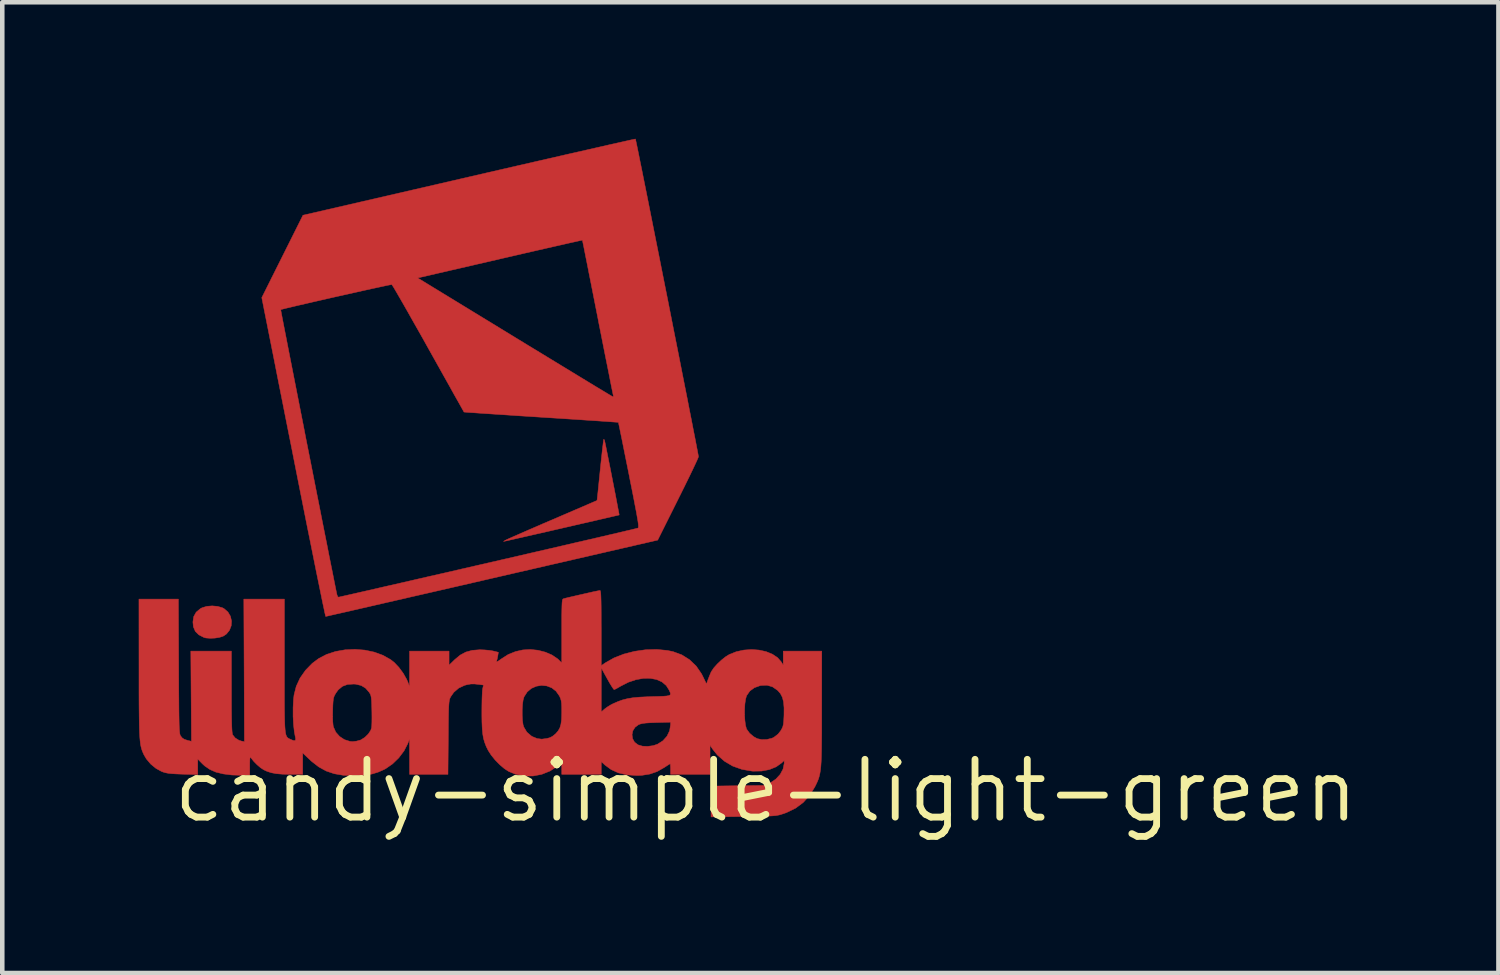
<source format=kicad_pcb>
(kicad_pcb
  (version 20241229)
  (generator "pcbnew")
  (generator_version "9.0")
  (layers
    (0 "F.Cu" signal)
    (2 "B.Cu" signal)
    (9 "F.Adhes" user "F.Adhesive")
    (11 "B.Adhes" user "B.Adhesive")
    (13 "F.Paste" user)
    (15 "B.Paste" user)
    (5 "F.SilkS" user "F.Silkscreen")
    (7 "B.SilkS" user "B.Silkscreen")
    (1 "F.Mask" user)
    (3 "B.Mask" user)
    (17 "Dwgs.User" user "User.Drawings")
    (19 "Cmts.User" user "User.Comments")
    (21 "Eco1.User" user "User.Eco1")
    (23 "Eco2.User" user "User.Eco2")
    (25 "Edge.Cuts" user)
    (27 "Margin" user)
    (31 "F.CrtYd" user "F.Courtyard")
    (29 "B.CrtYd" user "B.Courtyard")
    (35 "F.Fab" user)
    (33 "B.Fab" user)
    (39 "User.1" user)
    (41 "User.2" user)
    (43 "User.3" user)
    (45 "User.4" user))
  (footprint "candy-simple-light-green"
    (layer "F.Cu")
    (at 13.784 14.33)
    (property "Reference" "candy-simple-light-green" (at 0 0 0) (layer "F.SilkS") (effects (font (size 1.27 1.27) (thickness 0.15))))
    (attr through_hole)
    (fp_poly (pts (xy -12.05 -4.052) (xy -11.944 -4.021) (xy -11.91 -4.003) (xy -11.824 -3.928) (xy -11.769 -3.835) (xy -11.745 -3.731) (xy -11.752 -3.626) (xy -11.79 -3.528) (xy -11.857 -3.445) (xy -11.931 -3.396) (xy -12.01 -3.371) (xy -12.111 -3.355) (xy -12.216 -3.351) (xy -12.309 -3.358) (xy -12.351 -3.369) (xy -12.464 -3.427) (xy -12.541 -3.503) (xy -12.583 -3.602) (xy -12.594 -3.709) (xy -12.576 -3.828) (xy -12.522 -3.925) (xy -12.431 -4.001) (xy -12.392 -4.022) (xy -12.29 -4.053) (xy -12.171 -4.063) (xy -12.05 -4.052)) (stroke (width 0.01) (type solid)) (fill yes) (layer "F.Cu"))
    (fp_poly (pts (xy -3.552 -7.715) (xy -3.547 -7.702) (xy -3.541 -7.676) (xy -3.528 -7.615) (xy -3.509 -7.523) (xy -3.486 -7.407) (xy -3.459 -7.272) (xy -3.429 -7.123) (xy -3.398 -6.966) (xy -3.367 -6.807) (xy -3.336 -6.649) (xy -3.307 -6.5) (xy -3.281 -6.364) (xy -3.259 -6.247) (xy -3.241 -6.154) (xy -3.229 -6.091) (xy -3.225 -6.063) (xy -3.225 -6.062) (xy -3.245 -6.056) (xy -3.303 -6.043) (xy -3.393 -6.022) (xy -3.511 -5.995) (xy -3.653 -5.962) (xy -3.815 -5.924) (xy -3.992 -5.884) (xy -4.18 -5.841) (xy -4.374 -5.796) (xy -4.57 -5.751) (xy -4.764 -5.706) (xy -4.952 -5.663) (xy -5.129 -5.623) (xy -5.29 -5.586) (xy -5.432 -5.554) (xy -5.55 -5.527) (xy -5.64 -5.507) (xy -5.696 -5.494) (xy -5.715 -5.49) (xy -5.768 -5.48) (xy -5.715 -5.511) (xy -5.686 -5.525) (xy -5.621 -5.554) (xy -5.526 -5.596) (xy -5.403 -5.65) (xy -5.257 -5.714) (xy -5.093 -5.785) (xy -4.913 -5.863) (xy -4.721 -5.945) (xy -4.688 -5.959) (xy -4.498 -6.041) (xy -4.319 -6.118) (xy -4.157 -6.188) (xy -4.014 -6.249) (xy -3.895 -6.301) (xy -3.802 -6.341) (xy -3.741 -6.367) (xy -3.713 -6.379) (xy -3.712 -6.38) (xy -3.709 -6.4) (xy -3.703 -6.458) (xy -3.693 -6.548) (xy -3.681 -6.665) (xy -3.667 -6.804) (xy -3.651 -6.96) (xy -3.642 -7.048) (xy -3.625 -7.212) (xy -3.609 -7.361) (xy -3.595 -7.491) (xy -3.582 -7.597) (xy -3.573 -7.674) (xy -3.567 -7.717) (xy -3.565 -7.724) (xy -3.552 -7.715)) (stroke (width 0.01) (type solid)) (fill yes) (layer "F.Cu"))
    (fp_poly (pts (xy -2.862 -14.304) (xy -2.849 -14.243) (xy -2.829 -14.147) (xy -2.802 -14.016) (xy -2.77 -13.855) (xy -2.731 -13.665) (xy -2.688 -13.449) (xy -2.64 -13.211) (xy -2.588 -12.951) (xy -2.533 -12.674) (xy -2.475 -12.382) (xy -2.414 -12.076) (xy -2.351 -11.761) (xy -2.287 -11.438) (xy -2.222 -11.111) (xy -2.156 -10.781) (xy -2.091 -10.451) (xy -2.027 -10.125) (xy -1.963 -9.804) (xy -1.901 -9.492) (xy -1.842 -9.191) (xy -1.785 -8.903) (xy -1.731 -8.631) (xy -1.682 -8.378) (xy -1.636 -8.146) (xy -1.596 -7.939) (xy -1.56 -7.758) (xy -1.531 -7.606) (xy -1.508 -7.487) (xy -1.492 -7.401) (xy -1.483 -7.353) (xy -1.482 -7.343) (xy -1.491 -7.317) (xy -1.517 -7.256) (xy -1.559 -7.166) (xy -1.614 -7.049) (xy -1.681 -6.91) (xy -1.758 -6.753) (xy -1.843 -6.581) (xy -1.93 -6.406) (xy -2.378 -5.509) (xy -6.02 -4.67) (xy -6.405 -4.581) (xy -6.778 -4.495) (xy -7.139 -4.412) (xy -7.483 -4.333) (xy -7.811 -4.258) (xy -8.119 -4.187) (xy -8.406 -4.121) (xy -8.668 -4.061) (xy -8.906 -4.006) (xy -9.115 -3.958) (xy -9.294 -3.917) (xy -9.442 -3.884) (xy -9.555 -3.858) (xy -9.632 -3.84) (xy -9.671 -3.832) (xy -9.676 -3.831) (xy -9.681 -3.851) (xy -9.695 -3.911) (xy -9.715 -4.007) (xy -9.743 -4.137) (xy -9.776 -4.299) (xy -9.815 -4.491) (xy -9.86 -4.709) (xy -9.909 -4.951) (xy -9.962 -5.216) (xy -10.019 -5.5) (xy -10.08 -5.801) (xy -10.143 -6.117) (xy -10.208 -6.445) (xy -10.222 -6.514) (xy -10.291 -6.862) (xy -10.36 -7.211) (xy -10.428 -7.556) (xy -10.496 -7.895) (xy -10.561 -8.222) (xy -10.623 -8.536) (xy -10.682 -8.832) (xy -10.737 -9.108) (xy -10.786 -9.358) (xy -10.83 -9.58) (xy -10.868 -9.771) (xy -10.899 -9.926) (xy -10.917 -10.017) (xy -11.028 -10.574) (xy -10.664 -10.574) (xy -10.66 -10.553) (xy -10.649 -10.493) (xy -10.631 -10.397) (xy -10.606 -10.269) (xy -10.575 -10.109) (xy -10.538 -9.922) (xy -10.497 -9.71) (xy -10.451 -9.476) (xy -10.401 -9.222) (xy -10.348 -8.952) (xy -10.292 -8.668) (xy -10.234 -8.372) (xy -10.174 -8.069) (xy -10.114 -7.759) (xy -10.052 -7.447) (xy -9.99 -7.135) (xy -9.929 -6.825) (xy -9.869 -6.521) (xy -9.81 -6.225) (xy -9.754 -5.94) (xy -9.7 -5.668) (xy -9.649 -5.414) (xy -9.603 -5.178) (xy -9.56 -4.964) (xy -9.522 -4.775) (xy -9.49 -4.614) (xy -9.464 -4.483) (xy -9.444 -4.385) (xy -9.431 -4.323) (xy -9.426 -4.302) (xy -9.41 -4.265) (xy -9.395 -4.255) (xy -9.372 -4.259) (xy -9.311 -4.273) (xy -9.213 -4.295) (xy -9.08 -4.325) (xy -8.914 -4.363) (xy -8.719 -4.407) (xy -8.495 -4.459) (xy -8.246 -4.516) (xy -7.973 -4.578) (xy -7.679 -4.646) (xy -7.366 -4.718) (xy -7.035 -4.793) (xy -6.691 -4.873) (xy -6.333 -4.955) (xy -6.111 -5.006) (xy -5.747 -5.09) (xy -5.394 -5.171) (xy -5.054 -5.25) (xy -4.729 -5.325) (xy -4.422 -5.396) (xy -4.135 -5.463) (xy -3.87 -5.524) (xy -3.63 -5.58) (xy -3.416 -5.63) (xy -3.23 -5.673) (xy -3.076 -5.71) (xy -2.955 -5.738) (xy -2.87 -5.759) (xy -2.822 -5.771) (xy -2.812 -5.773) (xy -2.806 -5.78) (xy -2.802 -5.796) (xy -2.801 -5.823) (xy -2.805 -5.865) (xy -2.813 -5.925) (xy -2.827 -6.006) (xy -2.845 -6.112) (xy -2.871 -6.245) (xy -2.902 -6.409) (xy -2.941 -6.607) (xy -2.988 -6.841) (xy -3.007 -6.94) (xy -3.05 -7.154) (xy -3.091 -7.356) (xy -3.128 -7.541) (xy -3.161 -7.706) (xy -3.19 -7.847) (xy -3.213 -7.96) (xy -3.23 -8.041) (xy -3.24 -8.087) (xy -3.243 -8.097) (xy -3.264 -8.099) (xy -3.325 -8.103) (xy -3.422 -8.11) (xy -3.551 -8.119) (xy -3.71 -8.13) (xy -3.895 -8.142) (xy -4.103 -8.156) (xy -4.332 -8.171) (xy -4.577 -8.187) (xy -4.836 -8.203) (xy -4.941 -8.21) (xy -5.204 -8.227) (xy -5.455 -8.243) (xy -5.69 -8.259) (xy -5.906 -8.273) (xy -6.101 -8.286) (xy -6.27 -8.297) (xy -6.411 -8.307) (xy -6.52 -8.314) (xy -6.595 -8.32) (xy -6.632 -8.323) (xy -6.636 -8.324) (xy -6.646 -8.343) (xy -6.676 -8.396) (xy -6.723 -8.48) (xy -6.786 -8.592) (xy -6.864 -8.73) (xy -6.953 -8.891) (xy -7.054 -9.071) (xy -7.165 -9.269) (xy -7.283 -9.48) (xy -7.408 -9.703) (xy -7.419 -9.723) (xy -7.544 -9.947) (xy -7.664 -10.159) (xy -7.777 -10.358) (xy -7.88 -10.541) (xy -7.973 -10.704) (xy -8.054 -10.844) (xy -8.121 -10.96) (xy -8.172 -11.047) (xy -8.207 -11.103) (xy -8.222 -11.126) (xy -8.223 -11.126) (xy -8.246 -11.122) (xy -8.306 -11.111) (xy -8.399 -11.091) (xy -8.519 -11.065) (xy -8.663 -11.034) (xy -8.826 -10.998) (xy -9.004 -10.958) (xy -9.191 -10.916) (xy -9.385 -10.873) (xy -9.58 -10.829) (xy -9.772 -10.785) (xy -9.956 -10.743) (xy -10.128 -10.703) (xy -10.284 -10.667) (xy -10.419 -10.635) (xy -10.529 -10.609) (xy -10.609 -10.589) (xy -10.654 -10.577) (xy -10.664 -10.574) (xy -11.028 -10.574) (xy -11.08 -10.838) (xy -10.864 -11.271) (xy -7.654 -11.271) (xy -5.515 -9.965) (xy -5.24 -9.797) (xy -4.975 -9.636) (xy -4.722 -9.482) (xy -4.484 -9.337) (xy -4.262 -9.202) (xy -4.06 -9.079) (xy -3.879 -8.969) (xy -3.721 -8.873) (xy -3.589 -8.794) (xy -3.485 -8.731) (xy -3.411 -8.687) (xy -3.369 -8.663) (xy -3.361 -8.658) (xy -3.352 -8.673) (xy -3.354 -8.684) (xy -3.359 -8.708) (xy -3.372 -8.771) (xy -3.392 -8.869) (xy -3.418 -8.999) (xy -3.449 -9.158) (xy -3.486 -9.343) (xy -3.528 -9.551) (xy -3.573 -9.778) (xy -3.621 -10.021) (xy -3.672 -10.278) (xy -3.696 -10.403) (xy -3.748 -10.665) (xy -3.797 -10.914) (xy -3.843 -11.148) (xy -3.886 -11.363) (xy -3.924 -11.557) (xy -3.958 -11.726) (xy -3.986 -11.868) (xy -4.008 -11.979) (xy -4.024 -12.056) (xy -4.032 -12.096) (xy -4.033 -12.102) (xy -4.053 -12.098) (xy -4.112 -12.085) (xy -4.206 -12.064) (xy -4.333 -12.036) (xy -4.489 -12) (xy -4.671 -11.959) (xy -4.877 -11.912) (xy -5.104 -11.86) (xy -5.348 -11.804) (xy -5.606 -11.744) (xy -5.845 -11.689) (xy -7.654 -11.271) (xy -10.864 -11.271) (xy -10.628 -11.743) (xy -10.175 -12.649) (xy -6.525 -13.491) (xy -6.14 -13.58) (xy -5.767 -13.666) (xy -5.406 -13.749) (xy -5.061 -13.828) (xy -4.733 -13.903) (xy -4.425 -13.974) (xy -4.138 -14.039) (xy -3.875 -14.099) (xy -3.638 -14.153) (xy -3.429 -14.201) (xy -3.249 -14.241) (xy -3.102 -14.274) (xy -2.988 -14.3) (xy -2.911 -14.316) (xy -2.871 -14.324) (xy -2.867 -14.325) (xy -2.862 -14.304)) (stroke (width 0.01) (type solid)) (fill yes) (layer "F.Cu"))
    (fp_poly (pts (xy -3.64 -4.396) (xy -3.634 -4.372) (xy -3.629 -4.328) (xy -3.626 -4.261) (xy -3.623 -4.167) (xy -3.621 -4.042) (xy -3.62 -3.884) (xy -3.62 -3.689) (xy -3.619 -3.576) (xy -3.619 -2.75) (xy -3.53 -2.811) (xy -3.34 -2.919) (xy -3.123 -3.004) (xy -2.888 -3.064) (xy -2.644 -3.099) (xy -2.401 -3.106) (xy -2.169 -3.084) (xy -2.039 -3.057) (xy -1.847 -2.986) (xy -1.677 -2.879) (xy -1.532 -2.74) (xy -1.415 -2.57) (xy -1.383 -2.507) (xy -1.306 -2.347) (xy -1.27 -2.449) (xy -1.24 -2.526) (xy -1.208 -2.601) (xy -1.196 -2.624) (xy -1.145 -2.7) (xy -1.068 -2.786) (xy -0.978 -2.871) (xy -0.885 -2.945) (xy -0.806 -2.994) (xy -0.651 -3.056) (xy -0.485 -3.092) (xy -0.317 -3.104) (xy -0.151 -3.092) (xy 0.004 -3.058) (xy 0.142 -3.002) (xy 0.256 -2.926) (xy 0.339 -2.831) (xy 0.34 -2.829) (xy 0.381 -2.762) (xy 0.381 -2.916) (xy 0.381 -3.069) (xy 1.228 -3.069) (xy 1.227 -1.815) (xy 1.227 -1.534) (xy 1.227 -1.293) (xy 1.225 -1.086) (xy 1.223 -0.91) (xy 1.22 -0.763) (xy 1.215 -0.64) (xy 1.208 -0.537) (xy 1.199 -0.452) (xy 1.187 -0.38) (xy 1.173 -0.318) (xy 1.156 -0.262) (xy 1.135 -0.208) (xy 1.11 -0.154) (xy 1.081 -0.095) (xy 1.081 -0.094) (xy 0.965 0.097) (xy 0.823 0.256) (xy 0.653 0.383) (xy 0.453 0.48) (xy 0.392 0.502) (xy 0.345 0.517) (xy 0.302 0.53) (xy 0.259 0.539) (xy 0.21 0.547) (xy 0.149 0.552) (xy 0.071 0.557) (xy -0.028 0.56) (xy -0.155 0.562) (xy -0.314 0.565) (xy -0.492 0.567) (xy -1.206 0.575) (xy -1.206 -0.102) (xy -0.609 -0.11) (xy -0.011 -0.117) (xy 0.097 -0.173) (xy 0.22 -0.257) (xy 0.315 -0.36) (xy 0.377 -0.477) (xy 0.402 -0.601) (xy 0.402 -0.613) (xy 0.402 -0.664) (xy 0.344 -0.61) (xy 0.224 -0.525) (xy 0.076 -0.465) (xy -0.095 -0.433) (xy -0.281 -0.43) (xy -0.306 -0.432) (xy -0.527 -0.47) (xy -0.73 -0.542) (xy -0.911 -0.649) (xy -1.067 -0.786) (xy -1.173 -0.918) (xy -1.228 -1.001) (xy -1.228 -0.36) (xy -2.095 -0.36) (xy -2.095 -0.476) (xy -2.097 -0.54) (xy -2.1 -0.582) (xy -2.104 -0.593) (xy -2.124 -0.582) (xy -2.17 -0.553) (xy -2.231 -0.513) (xy -2.236 -0.51) (xy -2.391 -0.422) (xy -2.55 -0.367) (xy -2.725 -0.339) (xy -2.838 -0.335) (xy -3.053 -0.349) (xy -3.24 -0.392) (xy -3.403 -0.466) (xy -3.536 -0.564) (xy -3.619 -0.64) (xy -3.619 -0.36) (xy -4.487 -0.36) (xy -4.487 -0.617) (xy -4.577 -0.544) (xy -4.744 -0.434) (xy -4.926 -0.361) (xy -5.118 -0.324) (xy -5.313 -0.325) (xy -5.503 -0.363) (xy -5.652 -0.424) (xy -5.747 -0.485) (xy -5.85 -0.573) (xy -5.951 -0.676) (xy -6.039 -0.785) (xy -6.104 -0.886) (xy -6.148 -0.975) (xy -6.181 -1.061) (xy -6.207 -1.15) (xy -6.224 -1.249) (xy -6.235 -1.367) (xy -6.241 -1.51) (xy -6.243 -1.658) (xy -5.356 -1.658) (xy -5.35 -1.545) (xy -5.337 -1.451) (xy -5.322 -1.402) (xy -5.254 -1.288) (xy -5.156 -1.204) (xy -5.133 -1.19) (xy -5.028 -1.147) (xy -4.926 -1.134) (xy -4.813 -1.149) (xy -4.75 -1.166) (xy -4.694 -1.194) (xy -4.646 -1.231) (xy -2.942 -1.231) (xy -2.93 -1.145) (xy -2.887 -1.068) (xy -2.813 -1.01) (xy -2.811 -1.009) (xy -2.714 -0.98) (xy -2.598 -0.975) (xy -2.478 -0.991) (xy -2.38 -1.024) (xy -2.263 -1.099) (xy -2.173 -1.2) (xy -2.116 -1.319) (xy -2.096 -1.447) (xy -2.095 -1.507) (xy -2.408 -1.499) (xy -2.541 -1.494) (xy -2.639 -1.488) (xy -2.711 -1.479) (xy -2.763 -1.466) (xy -2.8 -1.452) (xy -2.877 -1.394) (xy -2.925 -1.317) (xy -2.942 -1.231) (xy -4.646 -1.231) (xy -4.634 -1.24) (xy -4.619 -1.255) (xy -4.566 -1.316) (xy -4.529 -1.381) (xy -4.506 -1.458) (xy -4.492 -1.556) (xy -4.488 -1.669) (xy -0.469 -1.669) (xy -0.462 -1.549) (xy -0.449 -1.445) (xy -0.429 -1.368) (xy -0.424 -1.355) (xy -0.359 -1.265) (xy -0.268 -1.188) (xy -0.19 -1.145) (xy -0.092 -1.124) (xy 0.021 -1.127) (xy 0.129 -1.153) (xy 0.171 -1.171) (xy 0.268 -1.245) (xy 0.327 -1.321) (xy 0.354 -1.369) (xy 0.373 -1.413) (xy 0.385 -1.465) (xy 0.392 -1.536) (xy 0.397 -1.635) (xy 0.398 -1.66) (xy 0.399 -1.823) (xy 0.388 -1.952) (xy 0.362 -2.054) (xy 0.32 -2.135) (xy 0.26 -2.204) (xy 0.255 -2.208) (xy 0.146 -2.284) (xy 0.027 -2.319) (xy -0.105 -2.314) (xy -0.124 -2.311) (xy -0.251 -2.266) (xy -0.352 -2.193) (xy -0.422 -2.093) (xy -0.425 -2.087) (xy -0.446 -2.015) (xy -0.461 -1.913) (xy -0.468 -1.794) (xy -0.469 -1.669) (xy -4.488 -1.669) (xy -4.488 -1.684) (xy -4.487 -1.731) (xy -4.487 -1.731) (xy -3.619 -1.731) (xy -3.548 -1.794) (xy -3.486 -1.84) (xy -3.408 -1.888) (xy -3.361 -1.912) (xy -3.252 -1.96) (xy -3.149 -1.997) (xy -3.042 -2.024) (xy -2.923 -2.044) (xy -2.783 -2.057) (xy -2.614 -2.065) (xy -2.514 -2.069) (xy -2.366 -2.073) (xy -2.256 -2.077) (xy -2.179 -2.083) (xy -2.13 -2.092) (xy -2.104 -2.107) (xy -2.097 -2.129) (xy -2.104 -2.159) (xy -2.121 -2.2) (xy -2.124 -2.207) (xy -2.19 -2.312) (xy -2.284 -2.392) (xy -2.403 -2.445) (xy -2.541 -2.471) (xy -2.694 -2.47) (xy -2.856 -2.441) (xy -3.023 -2.385) (xy -3.19 -2.3) (xy -3.199 -2.295) (xy -3.262 -2.258) (xy -3.312 -2.232) (xy -3.337 -2.223) (xy -3.353 -2.24) (xy -3.385 -2.288) (xy -3.429 -2.359) (xy -3.479 -2.447) (xy -3.487 -2.461) (xy -3.618 -2.699) (xy -3.619 -1.731) (xy -4.487 -1.731) (xy -4.488 -1.842) (xy -4.492 -1.922) (xy -4.5 -1.98) (xy -4.514 -2.029) (xy -4.536 -2.078) (xy -4.54 -2.086) (xy -4.613 -2.189) (xy -4.707 -2.262) (xy -4.816 -2.304) (xy -4.931 -2.316) (xy -5.046 -2.297) (xy -5.154 -2.25) (xy -5.246 -2.172) (xy -5.315 -2.065) (xy -5.316 -2.064) (xy -5.336 -1.994) (xy -5.349 -1.895) (xy -5.356 -1.779) (xy -5.356 -1.658) (xy -6.243 -1.658) (xy -6.243 -1.686) (xy -6.243 -1.736) (xy -6.242 -1.872) (xy -6.24 -1.999) (xy -6.236 -2.108) (xy -6.232 -2.192) (xy -6.226 -2.242) (xy -6.225 -2.246) (xy -6.207 -2.323) (xy -6.303 -2.336) (xy -6.405 -2.347) (xy -6.486 -2.346) (xy -6.566 -2.332) (xy -6.622 -2.317) (xy -6.751 -2.257) (xy -6.86 -2.163) (xy -6.928 -2.066) (xy -6.94 -2.042) (xy -6.95 -2.018) (xy -6.957 -1.988) (xy -6.963 -1.948) (xy -6.968 -1.893) (xy -6.972 -1.82) (xy -6.975 -1.724) (xy -6.977 -1.6) (xy -6.979 -1.445) (xy -6.98 -1.253) (xy -6.981 -1.169) (xy -6.988 -0.36) (xy -7.832 -0.36) (xy -7.833 -0.746) (xy -7.834 -1.132) (xy -7.872 -1.035) (xy -7.954 -0.875) (xy -8.069 -0.723) (xy -8.206 -0.59) (xy -8.356 -0.486) (xy -8.387 -0.469) (xy -8.522 -0.409) (xy -8.656 -0.368) (xy -8.801 -0.343) (xy -8.97 -0.331) (xy -9.059 -0.33) (xy -9.288 -0.34) (xy -9.488 -0.374) (xy -9.665 -0.434) (xy -9.827 -0.523) (xy -9.983 -0.644) (xy -10.025 -0.683) (xy -10.181 -0.831) (xy -10.181 -0.36) (xy -10.462 -0.36) (xy -10.627 -0.364) (xy -10.76 -0.375) (xy -10.871 -0.396) (xy -10.968 -0.428) (xy -11.038 -0.461) (xy -11.107 -0.506) (xy -11.184 -0.572) (xy -11.256 -0.645) (xy -11.31 -0.713) (xy -11.321 -0.73) (xy -11.331 -0.741) (xy -11.339 -0.724) (xy -11.343 -0.676) (xy -11.345 -0.59) (xy -11.345 -0.556) (xy -11.345 -0.339) (xy -11.509 -0.339) (xy -11.736 -0.346) (xy -11.927 -0.37) (xy -12.088 -0.409) (xy -12.222 -0.468) (xy -12.334 -0.545) (xy -12.377 -0.584) (xy -12.488 -0.696) (xy -12.488 -0.355) (xy -12.822 -0.364) (xy -12.956 -0.369) (xy -13.056 -0.375) (xy -13.133 -0.383) (xy -13.194 -0.395) (xy -13.249 -0.411) (xy -13.281 -0.423) (xy -13.404 -0.49) (xy -13.521 -0.586) (xy -13.618 -0.701) (xy -13.671 -0.792) (xy -13.691 -0.836) (xy -13.708 -0.877) (xy -13.723 -0.921) (xy -13.735 -0.969) (xy -13.746 -1.025) (xy -13.754 -1.092) (xy -13.761 -1.173) (xy -13.767 -1.272) (xy -13.771 -1.391) (xy -13.774 -1.534) (xy -13.776 -1.703) (xy -13.778 -1.903) (xy -13.779 -2.135) (xy -13.779 -2.404) (xy -13.779 -2.693) (xy -13.78 -4.212) (xy -12.913 -4.212) (xy -12.907 -2.736) (xy -12.906 -2.449) (xy -12.905 -2.202) (xy -12.903 -1.991) (xy -12.902 -1.813) (xy -12.9 -1.665) (xy -12.898 -1.545) (xy -12.896 -1.449) (xy -12.893 -1.374) (xy -12.889 -1.317) (xy -12.885 -1.275) (xy -12.88 -1.245) (xy -12.874 -1.224) (xy -12.867 -1.209) (xy -12.863 -1.203) (xy -12.827 -1.159) (xy -12.782 -1.13) (xy -12.714 -1.108) (xy -12.689 -1.102) (xy -12.626 -1.086) (xy -12.64 -3.069) (xy -11.748 -3.069) (xy -11.747 -2.175) (xy -11.747 -1.938) (xy -11.746 -1.741) (xy -11.744 -1.581) (xy -11.741 -1.454) (xy -11.737 -1.358) (xy -11.732 -1.291) (xy -11.726 -1.248) (xy -11.721 -1.23) (xy -11.664 -1.16) (xy -11.582 -1.109) (xy -11.525 -1.091) (xy -11.462 -1.078) (xy -11.468 -2.645) (xy -11.475 -4.212) (xy -10.583 -4.212) (xy -10.583 -2.751) (xy -10.583 -2.457) (xy -10.583 -2.203) (xy -10.583 -1.986) (xy -10.582 -1.802) (xy -10.58 -1.648) (xy -10.577 -1.522) (xy -10.573 -1.421) (xy -10.567 -1.341) (xy -10.56 -1.28) (xy -10.55 -1.234) (xy -10.538 -1.201) (xy -10.524 -1.178) (xy -10.508 -1.161) (xy -10.488 -1.149) (xy -10.465 -1.137) (xy -10.457 -1.133) (xy -10.387 -1.104) (xy -10.347 -1.104) (xy -10.335 -1.134) (xy -10.339 -1.159) (xy -10.365 -1.296) (xy -10.383 -1.461) (xy -10.392 -1.635) (xy -9.523 -1.635) (xy -9.52 -1.52) (xy -9.512 -1.434) (xy -9.505 -1.402) (xy -9.454 -1.288) (xy -9.37 -1.193) (xy -9.264 -1.123) (xy -9.143 -1.085) (xy -9.081 -1.08) (xy -8.998 -1.09) (xy -8.915 -1.113) (xy -8.9 -1.119) (xy -8.815 -1.173) (xy -8.74 -1.246) (xy -8.686 -1.327) (xy -8.667 -1.382) (xy -8.663 -1.428) (xy -8.66 -1.507) (xy -8.659 -1.608) (xy -8.66 -1.724) (xy -8.661 -1.77) (xy -8.664 -1.894) (xy -8.668 -1.984) (xy -8.674 -2.047) (xy -8.683 -2.092) (xy -8.696 -2.126) (xy -8.715 -2.157) (xy -8.719 -2.163) (xy -8.799 -2.255) (xy -8.894 -2.313) (xy -9.013 -2.342) (xy -9.057 -2.345) (xy -9.194 -2.337) (xy -9.306 -2.296) (xy -9.398 -2.22) (xy -9.45 -2.149) (xy -9.476 -2.105) (xy -9.494 -2.065) (xy -9.506 -2.02) (xy -9.513 -1.96) (xy -9.518 -1.875) (xy -9.521 -1.77) (xy -9.523 -1.635) (xy -10.392 -1.635) (xy -10.392 -1.643) (xy -10.392 -1.827) (xy -10.383 -2.002) (xy -10.371 -2.106) (xy -10.323 -2.295) (xy -10.238 -2.478) (xy -10.119 -2.648) (xy -9.971 -2.8) (xy -9.834 -2.903) (xy -9.657 -2.996) (xy -9.459 -3.061) (xy -9.248 -3.098) (xy -9.032 -3.108) (xy -8.816 -3.091) (xy -8.608 -3.047) (xy -8.417 -2.977) (xy -8.248 -2.882) (xy -8.167 -2.818) (xy -8.067 -2.712) (xy -7.972 -2.583) (xy -7.896 -2.449) (xy -7.872 -2.394) (xy -7.834 -2.297) (xy -7.833 -2.683) (xy -7.832 -3.069) (xy -6.964 -3.069) (xy -6.964 -2.76) (xy -6.841 -2.88) (xy -6.72 -2.981) (xy -6.595 -3.048) (xy -6.456 -3.086) (xy -6.291 -3.099) (xy -6.287 -3.099) (xy -6.185 -3.095) (xy -6.084 -3.086) (xy -6.002 -3.073) (xy -5.993 -3.071) (xy -5.88 -3.043) (xy -5.893 -2.963) (xy -5.905 -2.9) (xy -5.918 -2.85) (xy -5.92 -2.845) (xy -5.913 -2.836) (xy -5.878 -2.853) (xy -5.819 -2.895) (xy -5.665 -2.994) (xy -5.503 -3.059) (xy -5.343 -3.095) (xy -5.179 -3.105) (xy -5.01 -3.088) (xy -4.847 -3.046) (xy -4.701 -2.983) (xy -4.581 -2.902) (xy -4.556 -2.879) (xy -4.487 -2.81) (xy -4.487 -3.51) (xy -4.487 -3.701) (xy -4.487 -3.854) (xy -4.485 -3.973) (xy -4.483 -4.063) (xy -4.48 -4.128) (xy -4.476 -4.171) (xy -4.47 -4.198) (xy -4.462 -4.213) (xy -4.452 -4.219) (xy -4.45 -4.22) (xy -4.406 -4.232) (xy -4.332 -4.25) (xy -4.237 -4.272) (xy -4.129 -4.297) (xy -4.015 -4.323) (xy -3.904 -4.348) (xy -3.804 -4.371) (xy -3.722 -4.388) (xy -3.667 -4.399) (xy -3.647 -4.403) (xy -3.64 -4.396)) (stroke (width 0.01) (type solid)) (fill yes) (layer "F.Cu")))
  (gr_rect
    (start -3 -3)
    (end 29.885 18.336)
    (stroke (width 0.1) (type default))
    (fill no)
    (layer "Edge.Cuts")))
</source>
